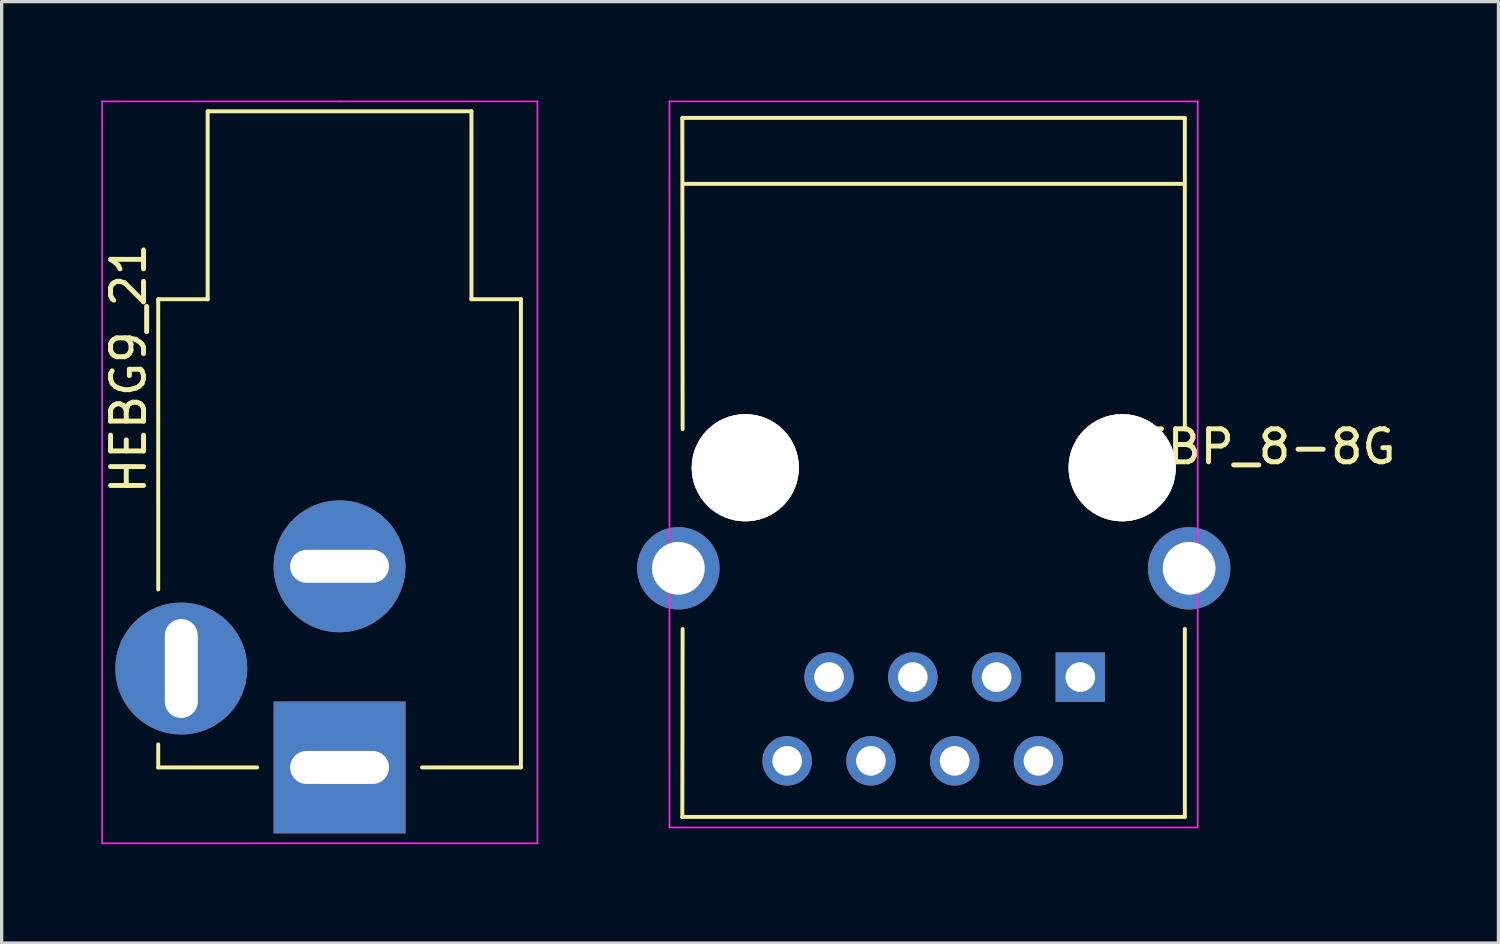
<source format=kicad_pcb>
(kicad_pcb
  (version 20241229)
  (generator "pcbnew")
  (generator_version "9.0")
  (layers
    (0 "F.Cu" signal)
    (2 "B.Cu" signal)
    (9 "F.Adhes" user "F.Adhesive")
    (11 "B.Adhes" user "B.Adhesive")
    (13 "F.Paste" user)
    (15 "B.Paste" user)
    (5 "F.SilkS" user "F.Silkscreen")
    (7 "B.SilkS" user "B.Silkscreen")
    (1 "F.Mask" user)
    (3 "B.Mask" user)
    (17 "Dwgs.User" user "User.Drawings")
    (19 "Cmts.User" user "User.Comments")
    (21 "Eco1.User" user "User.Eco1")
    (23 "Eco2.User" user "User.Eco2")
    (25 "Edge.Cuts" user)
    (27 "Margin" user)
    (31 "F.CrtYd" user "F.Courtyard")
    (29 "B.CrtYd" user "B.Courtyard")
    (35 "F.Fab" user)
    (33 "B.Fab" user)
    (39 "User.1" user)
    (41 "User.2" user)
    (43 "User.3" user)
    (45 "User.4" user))
  (footprint "MEBP_8-8G"
    (layer "F.Cu")
    (at 25.268 2.524)
    (property "Reference" "MEBP_8-8G" (at 9.525 7.976 180) (layer "F.SilkS") (effects (font (size 1 1) (thickness 0.15))))
    (attr through_hole)
    (fp_line (start -7.625 19.201) (end -7.615 13.501) (stroke (width 0.12) (type solid)) (layer "F.SilkS"))
    (fp_line (start -7.625 19.201) (end 7.615 19.201) (stroke (width 0.12) (type solid)) (layer "F.SilkS"))
    (fp_line (start -7.615 7.441) (end -7.625 -1.999) (stroke (width 0.12) (type solid)) (layer "F.SilkS"))
    (fp_line (start 7.6 0.001) (end -7.6 0.001) (stroke (width 0.12) (type solid)) (layer "F.SilkS"))
    (fp_line (start 7.615 -1.999) (end -7.625 -1.999) (stroke (width 0.12) (type solid)) (layer "F.SilkS"))
    (fp_line (start 7.615 7.451) (end 7.615 -1.999) (stroke (width 0.12) (type solid)) (layer "F.SilkS"))
    (fp_line (start 7.615 19.201) (end 7.615 13.501) (stroke (width 0.12) (type solid)) (layer "F.SilkS"))
    (fp_line (start -8.015 -2.499) (end -8.015 19.501) (stroke (width 0.05) (type solid)) (layer "F.CrtYd"))
    (fp_line (start -8.015 -2.499) (end 8.005 -2.499) (stroke (width 0.05) (type solid)) (layer "F.CrtYd"))
    (fp_line (start 8.005 19.501) (end 8.005 -2.499) (stroke (width 0.05) (type solid)) (layer "F.CrtYd"))
    (fp_line (start 8.005 19.521) (end -8.015 19.521) (stroke (width 0.05) (type solid)) (layer "F.CrtYd"))
    (pad "" np_thru_hole circle (at -5.715 8.611 180) (size 3.25 3.25) (drill 3.25) (layers "*.Cu" "*.SilkS" "*.Mask"))
    (pad "" np_thru_hole circle (at 5.715 8.611 180) (size 3.25 3.25) (drill 3.25) (layers "*.Cu" "*.SilkS" "*.Mask"))
    (pad "1" thru_hole rect (at 4.445 14.961 180) (size 1.5 1.5) (drill 0.9) (layers "*.Cu" "*.Mask"))
    (pad "2" thru_hole circle (at 3.175 17.501 180) (size 1.5 1.5) (drill 0.9) (layers "*.Cu" "*.Mask"))
    (pad "3" thru_hole circle (at 1.905 14.961 180) (size 1.5 1.5) (drill 0.9) (layers "*.Cu" "*.Mask"))
    (pad "4" thru_hole circle (at 0.635 17.501 180) (size 1.5 1.5) (drill 0.9) (layers "*.Cu" "*.Mask"))
    (pad "5" thru_hole circle (at -0.635 14.961 180) (size 1.5 1.5) (drill 0.9) (layers "*.Cu" "*.Mask"))
    (pad "6" thru_hole circle (at -1.905 17.501 180) (size 1.5 1.5) (drill 0.9) (layers "*.Cu" "*.Mask"))
    (pad "7" thru_hole circle (at -3.175 14.961 180) (size 1.5 1.5) (drill 0.9) (layers "*.Cu" "*.Mask"))
    (pad "8" thru_hole circle (at -4.445 17.501 180) (size 1.5 1.5) (drill 0.9) (layers "*.Cu" "*.Mask"))
    (pad "9" thru_hole circle (at -7.745 11.661 180) (size 2.5 2.5) (drill 1.6) (layers "*.Cu" "*.Mask"))
    (pad "9" thru_hole circle (at 7.745 11.661 180) (size 2.5 2.5) (drill 1.6) (layers "*.Cu" "*.Mask")))
  (footprint "HEBG9_21"
    (layer "F.Cu")
    (at 7.248 6.025)
    (property "Reference" "HEBG9_21" (at -6.4 2.1 270) (layer "F.SilkS") (effects (font (size 1 1) (thickness 0.15))))
    (attr through_hole)
    (fp_line (start -5.5 0) (end -5.5 8.8) (stroke (width 0.12) (type solid)) (layer "F.SilkS"))
    (fp_line (start -5.5 0) (end -4 0) (stroke (width 0.12) (type solid)) (layer "F.SilkS"))
    (fp_line (start -5.5 13.5) (end -5.5 14.2) (stroke (width 0.12) (type solid)) (layer "F.SilkS"))
    (fp_line (start -5.5 14.2) (end -2.5 14.2) (stroke (width 0.12) (type solid)) (layer "F.SilkS"))
    (fp_line (start -4 -5.7) (end 4 -5.7) (stroke (width 0.12) (type solid)) (layer "F.SilkS"))
    (fp_line (start -4 0) (end -4 -5.7) (stroke (width 0.12) (type solid)) (layer "F.SilkS"))
    (fp_line (start 4 -5.7) (end 4 0) (stroke (width 0.12) (type solid)) (layer "F.SilkS"))
    (fp_line (start 4 0) (end 5.5 0) (stroke (width 0.12) (type solid)) (layer "F.SilkS"))
    (fp_line (start 5.5 0) (end 5.5 14.2) (stroke (width 0.12) (type solid)) (layer "F.SilkS"))
    (fp_line (start 5.5 14.2) (end 2.5 14.2) (stroke (width 0.12) (type solid)) (layer "F.SilkS"))
    (fp_line (start -7.2 -6) (end 0 -6) (stroke (width 0.05) (type solid)) (layer "F.CrtYd"))
    (fp_line (start -7.2 16.5) (end -7.2 -6) (stroke (width 0.05) (type solid)) (layer "F.CrtYd"))
    (fp_line (start 0 -6) (end 6 -6) (stroke (width 0.05) (type solid)) (layer "F.CrtYd"))
    (fp_line (start 6 -6) (end 6 16.5) (stroke (width 0.05) (type solid)) (layer "F.CrtYd"))
    (fp_line (start 6 16.5) (end -7.2 16.5) (stroke (width 0.05) (type solid)) (layer "F.CrtYd"))
    (pad "1" thru_hole rect (at 0 14.2 270) (size 4 4) (drill oval 1 3) (layers "*.Cu" "*.Mask"))
    (pad "2" thru_hole circle (at 0 8.1 270) (size 4 4) (drill oval 1 3) (layers "*.Cu" "*.Mask"))
    (pad "3" thru_hole circle (at -4.8 11.2 270) (size 4 4) (drill oval 3 1) (layers "*.Cu" "*.Mask")))
  (gr_rect
    (start -3 -3)
    (end 42.394 25.55)
    (stroke (width 0.1) (type default))
    (fill no)
    (layer "Edge.Cuts")))
</source>
